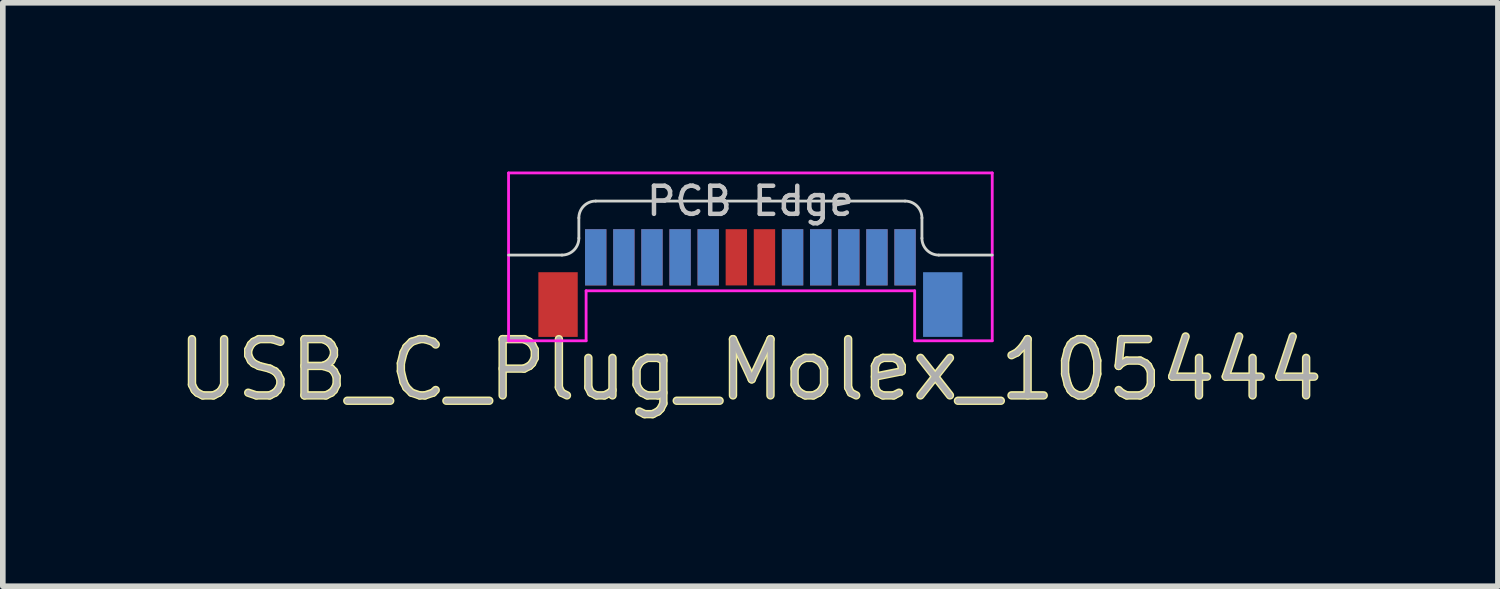
<source format=kicad_pcb>
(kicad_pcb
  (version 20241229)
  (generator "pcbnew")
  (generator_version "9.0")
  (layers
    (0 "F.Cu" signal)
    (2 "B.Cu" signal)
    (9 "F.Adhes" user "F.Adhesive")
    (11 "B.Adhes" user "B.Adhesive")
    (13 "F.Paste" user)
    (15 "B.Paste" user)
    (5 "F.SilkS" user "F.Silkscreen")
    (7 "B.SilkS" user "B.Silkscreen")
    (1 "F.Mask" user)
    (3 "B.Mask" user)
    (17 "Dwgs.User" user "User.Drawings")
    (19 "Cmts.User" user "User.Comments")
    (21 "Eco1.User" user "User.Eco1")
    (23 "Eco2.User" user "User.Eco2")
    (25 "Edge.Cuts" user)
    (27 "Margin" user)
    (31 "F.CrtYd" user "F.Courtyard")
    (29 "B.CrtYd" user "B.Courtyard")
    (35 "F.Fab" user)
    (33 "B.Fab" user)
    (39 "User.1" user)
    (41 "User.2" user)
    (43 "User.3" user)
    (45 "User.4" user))
  (footprint "USB_C_Plug_Molex_105444"
    (layer "F.Cu")
    (at 10.292 1.485)
    (property "Reference" "USB_C_Plug_Molex_105444" (at 0 2.04 0) (layer "F.SilkS") (effects (font (size 1 1) (thickness 0.15))))
    (attr smd)
    (fp_line (start -3.35 0) (end -4.3 0) (stroke (width 0.1) (type solid)) (layer "Eco1.User"))
    (fp_line (start -3.05 -0.66) (end -3.05 -0.3) (stroke (width 0.1) (type solid)) (layer "Eco1.User"))
    (fp_line (start -2.75 -0.96) (end 2.75 -0.96) (stroke (width 0.1) (type solid)) (layer "Eco1.User"))
    (fp_line (start 3.05 -0.66) (end 3.05 -0.3) (stroke (width 0.1) (type solid)) (layer "Eco1.User"))
    (fp_line (start 3.35 0) (end 4.3 0) (stroke (width 0.1) (type solid)) (layer "Eco1.User"))
    (fp_arc (start -3.05 -0.66) (mid -2.962132 -0.872132) (end -2.75 -0.96) (stroke (width 0.1) (type solid)) (layer "Eco1.User"))
    (fp_arc (start -3.05 -0.3) (mid -3.137868 -0.087868) (end -3.35 0) (stroke (width 0.1) (type solid)) (layer "Eco1.User"))
    (fp_arc (start 2.75 -0.96) (mid 2.962132 -0.872132) (end 3.05 -0.66) (stroke (width 0.1) (type solid)) (layer "Eco1.User"))
    (fp_arc (start 3.35 0) (mid 3.137868 -0.087868) (end 3.05 -0.3) (stroke (width 0.1) (type solid)) (layer "Eco1.User"))
    (fp_line (start -3.35 0) (end -4.3 0) (stroke (width 0.05) (type solid)) (layer "Edge.Cuts"))
    (fp_line (start -3.05 -0.66) (end -3.05 -0.3) (stroke (width 0.05) (type solid)) (layer "Edge.Cuts"))
    (fp_line (start -2.75 -0.96) (end 2.75 -0.96) (stroke (width 0.05) (type solid)) (layer "Edge.Cuts"))
    (fp_line (start 3.05 -0.66) (end 3.05 -0.3) (stroke (width 0.05) (type solid)) (layer "Edge.Cuts"))
    (fp_line (start 3.35 0) (end 4.3 0) (stroke (width 0.05) (type solid)) (layer "Edge.Cuts"))
    (fp_arc (start -3.05 -0.66) (mid -2.962132 -0.872132) (end -2.75 -0.96) (stroke (width 0.05) (type solid)) (layer "Edge.Cuts"))
    (fp_arc (start -3.05 -0.3) (mid -3.137868 -0.087868) (end -3.35 0) (stroke (width 0.05) (type solid)) (layer "Edge.Cuts"))
    (fp_arc (start 2.75 -0.96) (mid 2.962132 -0.872132) (end 3.05 -0.66) (stroke (width 0.05) (type solid)) (layer "Edge.Cuts"))
    (fp_arc (start 3.35 0) (mid 3.137868 -0.087868) (end 3.05 -0.3) (stroke (width 0.05) (type solid)) (layer "Edge.Cuts"))
    (fp_line (start -4.3 1.524) (end -4.3 -1.46) (stroke (width 0.05) (type solid)) (layer "F.CrtYd"))
    (fp_line (start -2.921 1.524) (end -4.3 1.524) (stroke (width 0.05) (type solid)) (layer "F.CrtYd"))
    (fp_line (start -2.921 1.524) (end -2.921 0.635) (stroke (width 0.05) (type solid)) (layer "F.CrtYd"))
    (fp_line (start 2.921 0.635) (end -2.921 0.635) (stroke (width 0.05) (type solid)) (layer "F.CrtYd"))
    (fp_line (start 2.921 1.524) (end 2.921 0.635) (stroke (width 0.05) (type solid)) (layer "F.CrtYd"))
    (fp_line (start 4.3 -1.46) (end -4.3 -1.46) (stroke (width 0.05) (type solid)) (layer "F.CrtYd"))
    (fp_line (start 4.3 1.524) (end 2.921 1.524) (stroke (width 0.05) (type solid)) (layer "F.CrtYd"))
    (fp_line (start 4.3 1.524) (end 4.3 -1.46) (stroke (width 0.05) (type solid)) (layer "F.CrtYd"))
    (fp_text user "PCB Edge" (at 0 -0.96 0) (layer "Dwgs.User") (effects (font (size 0.5 0.5) (thickness 0.08))))
    (fp_text user "${REFERENCE}" (at 0 2.04 0) (layer "F.Fab") (effects (font (size 1 1) (thickness 0.1))))
    (pad "A1" smd rect (at -2.75 0.04) (size 0.38 1) (layers "F.Cu" "F.Mask" "F.Paste"))
    (pad "A2" smd rect (at -2.25 0.04) (size 0.38 1) (layers "F.Cu" "F.Mask" "F.Paste"))
    (pad "A3" smd rect (at -1.75 0.04) (size 0.38 1) (layers "F.Cu" "F.Mask" "F.Paste"))
    (pad "A4" smd rect (at -1.25 0.04) (size 0.38 1) (layers "F.Cu" "F.Mask" "F.Paste"))
    (pad "A5" smd rect (at -0.75 0.04) (size 0.38 1) (layers "F.Cu" "F.Mask" "F.Paste"))
    (pad "A6" smd rect (at -0.25 0.04) (size 0.38 1) (layers "F.Cu" "F.Mask" "F.Paste"))
    (pad "A7" smd rect (at 0.25 0.04) (size 0.38 1) (layers "F.Cu" "F.Mask" "F.Paste"))
    (pad "A8" smd rect (at 0.75 0.04) (size 0.38 1) (layers "F.Cu" "F.Mask" "F.Paste"))
    (pad "A9" smd rect (at 1.25 0.04) (size 0.38 1) (layers "F.Cu" "F.Mask" "F.Paste"))
    (pad "A10" smd rect (at 1.75 0.04) (size 0.38 1) (layers "F.Cu" "F.Mask" "F.Paste"))
    (pad "A11" smd rect (at 2.25 0.04) (size 0.38 1) (layers "F.Cu" "F.Mask" "F.Paste"))
    (pad "A12" smd rect (at 2.75 0.04) (size 0.38 1) (layers "F.Cu" "F.Mask" "F.Paste"))
    (pad "B1" smd rect (at 2.75 0.04) (size 0.38 1) (layers "B.Cu" "B.Mask" "B.Paste"))
    (pad "B2" smd rect (at 2.25 0.04) (size 0.38 1) (layers "B.Cu" "B.Mask" "B.Paste"))
    (pad "B3" smd rect (at 1.75 0.04) (size 0.38 1) (layers "B.Cu" "B.Mask" "B.Paste"))
    (pad "B4" smd rect (at 1.25 0.04) (size 0.38 1) (layers "B.Cu" "B.Mask" "B.Paste"))
    (pad "B5" smd rect (at 0.75 0.04) (size 0.38 1) (layers "B.Cu" "B.Mask" "B.Paste"))
    (pad "B8" smd rect (at -0.75 0.04) (size 0.38 1) (layers "B.Cu" "B.Mask" "B.Paste"))
    (pad "B9" smd rect (at -1.25 0.04) (size 0.38 1) (layers "B.Cu" "B.Mask" "B.Paste"))
    (pad "B10" smd rect (at -1.75 0.04) (size 0.38 1) (layers "B.Cu" "B.Mask" "B.Paste"))
    (pad "B11" smd rect (at -2.25 0.04) (size 0.38 1) (layers "B.Cu" "B.Mask" "B.Paste"))
    (pad "B12" smd rect (at -2.75 0.04) (size 0.38 1) (layers "B.Cu" "B.Mask" "B.Paste"))
    (pad "S1" smd rect (at -3.42 0.88) (size 0.7 1.15) (layers "F.Cu" "F.Mask" "F.Paste"))
    (pad "S1" smd rect (at 3.42 0.88) (size 0.7 1.15) (layers "B.Cu" "B.Mask" "B.Paste")))
  (gr_rect
    (start -3 -3)
    (end 23.583 7.373)
    (stroke (width 0.1) (type default))
    (fill no)
    (layer "Edge.Cuts")))
</source>
